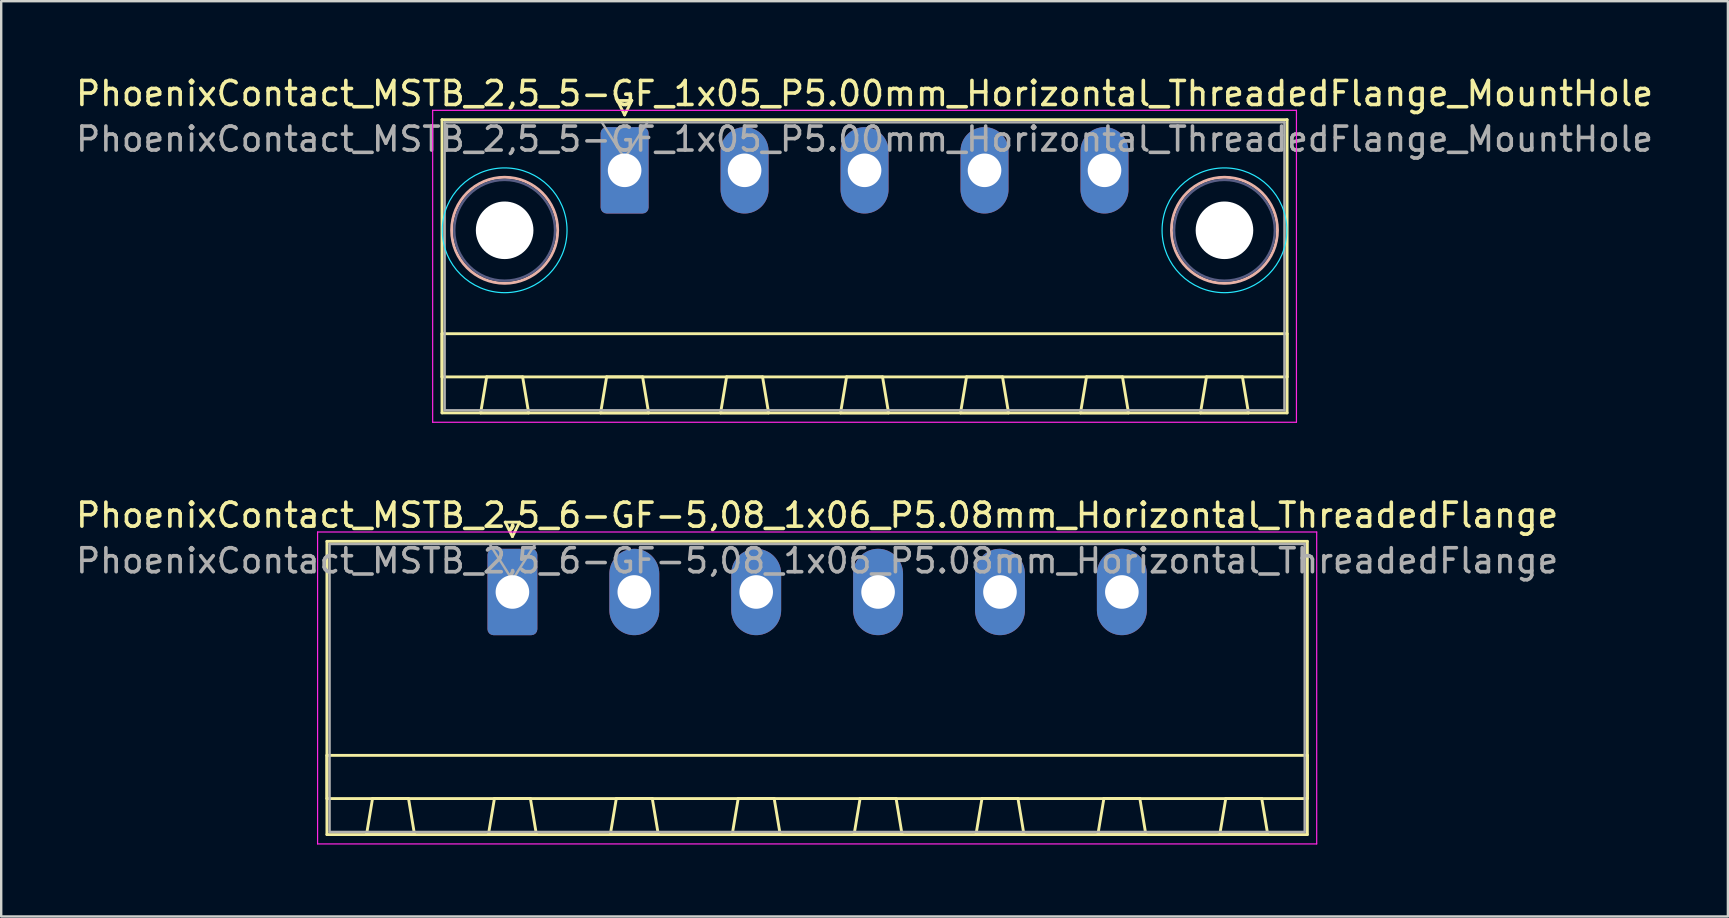
<source format=kicad_pcb>
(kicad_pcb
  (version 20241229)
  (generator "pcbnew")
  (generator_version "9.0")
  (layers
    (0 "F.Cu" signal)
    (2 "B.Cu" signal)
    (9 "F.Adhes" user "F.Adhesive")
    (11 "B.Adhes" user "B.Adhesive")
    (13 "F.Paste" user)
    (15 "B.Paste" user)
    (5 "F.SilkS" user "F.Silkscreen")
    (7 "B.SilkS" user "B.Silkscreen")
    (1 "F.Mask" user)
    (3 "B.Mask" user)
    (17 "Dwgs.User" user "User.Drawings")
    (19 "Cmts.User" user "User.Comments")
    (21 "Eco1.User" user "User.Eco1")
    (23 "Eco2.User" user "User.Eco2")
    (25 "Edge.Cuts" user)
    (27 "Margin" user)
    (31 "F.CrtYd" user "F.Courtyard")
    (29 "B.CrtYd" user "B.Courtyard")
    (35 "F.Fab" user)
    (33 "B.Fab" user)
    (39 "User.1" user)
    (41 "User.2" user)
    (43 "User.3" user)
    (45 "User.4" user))
  (footprint "PhoenixContact_MSTB_2,5_5-GF_1x05_P5.00mm_Horizontal_ThreadedFlange_MountHole"
    (layer "F.Cu")
    (at 22.982 4.048)
    (property "Reference" "PhoenixContact_MSTB_2,5_5-GF_1x05_P5.00mm_Horizontal_ThreadedFlange_MountHole" (at 10 -3.2 0) (layer "F.SilkS") (effects (font (size 1 1) (thickness 0.15))))
    (attr through_hole)
    (fp_line (start -7.61 -2.11) (end -7.61 10.11) (stroke (width 0.12) (type solid)) (layer "F.SilkS"))
    (fp_line (start -7.61 6.81) (end 27.61 6.81) (stroke (width 0.12) (type solid)) (layer "F.SilkS"))
    (fp_line (start -7.61 8.61) (end -7.61 6.81) (stroke (width 0.12) (type solid)) (layer "F.SilkS"))
    (fp_line (start -7.61 10.11) (end 27.61 10.11) (stroke (width 0.12) (type solid)) (layer "F.SilkS"))
    (fp_line (start -6 10.11) (end -4 10.11) (stroke (width 0.12) (type solid)) (layer "F.SilkS"))
    (fp_line (start -5.75 8.61) (end -6 10.11) (stroke (width 0.12) (type solid)) (layer "F.SilkS"))
    (fp_line (start -4.25 8.61) (end -5.75 8.61) (stroke (width 0.12) (type solid)) (layer "F.SilkS"))
    (fp_line (start -4 10.11) (end -4.25 8.61) (stroke (width 0.12) (type solid)) (layer "F.SilkS"))
    (fp_line (start -1 10.11) (end 1 10.11) (stroke (width 0.12) (type solid)) (layer "F.SilkS"))
    (fp_line (start -0.75 8.61) (end -1 10.11) (stroke (width 0.12) (type solid)) (layer "F.SilkS"))
    (fp_line (start -0.3 -2.91) (end 0.3 -2.91) (stroke (width 0.12) (type solid)) (layer "F.SilkS"))
    (fp_line (start 0 -2.31) (end -0.3 -2.91) (stroke (width 0.12) (type solid)) (layer "F.SilkS"))
    (fp_line (start 0.3 -2.91) (end 0 -2.31) (stroke (width 0.12) (type solid)) (layer "F.SilkS"))
    (fp_line (start 0.75 8.61) (end -0.75 8.61) (stroke (width 0.12) (type solid)) (layer "F.SilkS"))
    (fp_line (start 1 10.11) (end 0.75 8.61) (stroke (width 0.12) (type solid)) (layer "F.SilkS"))
    (fp_line (start 4 10.11) (end 6 10.11) (stroke (width 0.12) (type solid)) (layer "F.SilkS"))
    (fp_line (start 4.25 8.61) (end 4 10.11) (stroke (width 0.12) (type solid)) (layer "F.SilkS"))
    (fp_line (start 5.75 8.61) (end 4.25 8.61) (stroke (width 0.12) (type solid)) (layer "F.SilkS"))
    (fp_line (start 6 10.11) (end 5.75 8.61) (stroke (width 0.12) (type solid)) (layer "F.SilkS"))
    (fp_line (start 9 10.11) (end 11 10.11) (stroke (width 0.12) (type solid)) (layer "F.SilkS"))
    (fp_line (start 9.25 8.61) (end 9 10.11) (stroke (width 0.12) (type solid)) (layer "F.SilkS"))
    (fp_line (start 10.75 8.61) (end 9.25 8.61) (stroke (width 0.12) (type solid)) (layer "F.SilkS"))
    (fp_line (start 11 10.11) (end 10.75 8.61) (stroke (width 0.12) (type solid)) (layer "F.SilkS"))
    (fp_line (start 14 10.11) (end 16 10.11) (stroke (width 0.12) (type solid)) (layer "F.SilkS"))
    (fp_line (start 14.25 8.61) (end 14 10.11) (stroke (width 0.12) (type solid)) (layer "F.SilkS"))
    (fp_line (start 15.75 8.61) (end 14.25 8.61) (stroke (width 0.12) (type solid)) (layer "F.SilkS"))
    (fp_line (start 16 10.11) (end 15.75 8.61) (stroke (width 0.12) (type solid)) (layer "F.SilkS"))
    (fp_line (start 19 10.11) (end 21 10.11) (stroke (width 0.12) (type solid)) (layer "F.SilkS"))
    (fp_line (start 19.25 8.61) (end 19 10.11) (stroke (width 0.12) (type solid)) (layer "F.SilkS"))
    (fp_line (start 20.75 8.61) (end 19.25 8.61) (stroke (width 0.12) (type solid)) (layer "F.SilkS"))
    (fp_line (start 21 10.11) (end 20.75 8.61) (stroke (width 0.12) (type solid)) (layer "F.SilkS"))
    (fp_line (start 24 10.11) (end 26 10.11) (stroke (width 0.12) (type solid)) (layer "F.SilkS"))
    (fp_line (start 24.25 8.61) (end 24 10.11) (stroke (width 0.12) (type solid)) (layer "F.SilkS"))
    (fp_line (start 25.75 8.61) (end 24.25 8.61) (stroke (width 0.12) (type solid)) (layer "F.SilkS"))
    (fp_line (start 26 10.11) (end 25.75 8.61) (stroke (width 0.12) (type solid)) (layer "F.SilkS"))
    (fp_line (start 27.61 -2.11) (end -7.61 -2.11) (stroke (width 0.12) (type solid)) (layer "F.SilkS"))
    (fp_line (start 27.61 6.81) (end 27.61 8.61) (stroke (width 0.12) (type solid)) (layer "F.SilkS"))
    (fp_line (start 27.61 8.61) (end -7.61 8.61) (stroke (width 0.12) (type solid)) (layer "F.SilkS"))
    (fp_line (start 27.61 10.11) (end 27.61 -2.11) (stroke (width 0.12) (type solid)) (layer "F.SilkS"))
    (fp_circle (center -5 2.5) (end -2.79 2.5) (stroke (width 0.12) (type solid)) (fill no) (layer "B.SilkS"))
    (fp_circle (center 25 2.5) (end 27.21 2.5) (stroke (width 0.12) (type solid)) (fill no) (layer "B.SilkS"))
    (fp_circle (center -5 2.5) (end -2.4 2.5) (stroke (width 0.05) (type solid)) (fill no) (layer "B.CrtYd"))
    (fp_circle (center 25 2.5) (end 27.6 2.5) (stroke (width 0.05) (type solid)) (fill no) (layer "B.CrtYd"))
    (fp_line (start -8 -2.5) (end -8 10.5) (stroke (width 0.05) (type solid)) (layer "F.CrtYd"))
    (fp_line (start -8 10.5) (end 28 10.5) (stroke (width 0.05) (type solid)) (layer "F.CrtYd"))
    (fp_line (start 28 -2.5) (end -8 -2.5) (stroke (width 0.05) (type solid)) (layer "F.CrtYd"))
    (fp_line (start 28 10.5) (end 28 -2.5) (stroke (width 0.05) (type solid)) (layer "F.CrtYd"))
    (fp_circle (center -5 2.5) (end -2.9 2.5) (stroke (width 0.1) (type solid)) (fill no) (layer "B.Fab"))
    (fp_circle (center 25 2.5) (end 27.1 2.5) (stroke (width 0.1) (type solid)) (fill no) (layer "B.Fab"))
    (fp_line (start -7.5 -2) (end -7.5 10) (stroke (width 0.1) (type solid)) (layer "F.Fab"))
    (fp_line (start -7.5 10) (end 27.5 10) (stroke (width 0.1) (type solid)) (layer "F.Fab"))
    (fp_line (start 0 -0.5) (end -0.95 -2) (stroke (width 0.1) (type solid)) (layer "F.Fab"))
    (fp_line (start 0.95 -2) (end 0 -0.5) (stroke (width 0.1) (type solid)) (layer "F.Fab"))
    (fp_line (start 27.5 -2) (end -7.5 -2) (stroke (width 0.1) (type solid)) (layer "F.Fab"))
    (fp_line (start 27.5 10) (end 27.5 -2) (stroke (width 0.1) (type solid)) (layer "F.Fab"))
    (fp_text user "${REFERENCE}" (at 10 -1.3 0) (layer "F.Fab") (effects (font (size 1 1) (thickness 0.15))))
    (pad "" np_thru_hole circle (at -5 2.5) (size 2.4 2.4) (drill 2.4) (layers "*.Cu" "*.Mask"))
    (pad "" np_thru_hole circle (at 25 2.5) (size 2.4 2.4) (drill 2.4) (layers "*.Cu" "*.Mask"))
    (pad "1" thru_hole roundrect (at 0 0) (size 2 3.6) (drill 1.4) (layers "*.Cu" "*.Mask") (roundrect_rratio 0.125))
    (pad "2" thru_hole oval (at 5 0) (size 2 3.6) (drill 1.4) (layers "*.Cu" "*.Mask"))
    (pad "3" thru_hole oval (at 10 0) (size 2 3.6) (drill 1.4) (layers "*.Cu" "*.Mask"))
    (pad "4" thru_hole oval (at 15 0) (size 2 3.6) (drill 1.4) (layers "*.Cu" "*.Mask"))
    (pad "5" thru_hole oval (at 20 0) (size 2 3.6) (drill 1.4) (layers "*.Cu" "*.Mask")))
  (footprint "PhoenixContact_MSTB_2,5_6-GF-5,08_1x06_P5.08mm_Horizontal_ThreadedFlange"
    (layer "F.Cu")
    (at 18.306 21.622)
    (property "Reference" "PhoenixContact_MSTB_2,5_6-GF-5,08_1x06_P5.08mm_Horizontal_ThreadedFlange" (at 12.7 -3.2 0) (layer "F.SilkS") (effects (font (size 1 1) (thickness 0.15))))
    (attr through_hole)
    (fp_line (start -7.73 -2.11) (end -7.73 10.11) (stroke (width 0.12) (type solid)) (layer "F.SilkS"))
    (fp_line (start -7.73 6.81) (end 33.13 6.81) (stroke (width 0.12) (type solid)) (layer "F.SilkS"))
    (fp_line (start -7.73 8.61) (end -7.73 6.81) (stroke (width 0.12) (type solid)) (layer "F.SilkS"))
    (fp_line (start -7.73 10.11) (end 33.13 10.11) (stroke (width 0.12) (type solid)) (layer "F.SilkS"))
    (fp_line (start -6.08 10.11) (end -4.08 10.11) (stroke (width 0.12) (type solid)) (layer "F.SilkS"))
    (fp_line (start -5.83 8.61) (end -6.08 10.11) (stroke (width 0.12) (type solid)) (layer "F.SilkS"))
    (fp_line (start -4.33 8.61) (end -5.83 8.61) (stroke (width 0.12) (type solid)) (layer "F.SilkS"))
    (fp_line (start -4.08 10.11) (end -4.33 8.61) (stroke (width 0.12) (type solid)) (layer "F.SilkS"))
    (fp_line (start -1 10.11) (end 1 10.11) (stroke (width 0.12) (type solid)) (layer "F.SilkS"))
    (fp_line (start -0.75 8.61) (end -1 10.11) (stroke (width 0.12) (type solid)) (layer "F.SilkS"))
    (fp_line (start -0.3 -2.91) (end 0.3 -2.91) (stroke (width 0.12) (type solid)) (layer "F.SilkS"))
    (fp_line (start 0 -2.31) (end -0.3 -2.91) (stroke (width 0.12) (type solid)) (layer "F.SilkS"))
    (fp_line (start 0.3 -2.91) (end 0 -2.31) (stroke (width 0.12) (type solid)) (layer "F.SilkS"))
    (fp_line (start 0.75 8.61) (end -0.75 8.61) (stroke (width 0.12) (type solid)) (layer "F.SilkS"))
    (fp_line (start 1 10.11) (end 0.75 8.61) (stroke (width 0.12) (type solid)) (layer "F.SilkS"))
    (fp_line (start 4.08 10.11) (end 6.08 10.11) (stroke (width 0.12) (type solid)) (layer "F.SilkS"))
    (fp_line (start 4.33 8.61) (end 4.08 10.11) (stroke (width 0.12) (type solid)) (layer "F.SilkS"))
    (fp_line (start 5.83 8.61) (end 4.33 8.61) (stroke (width 0.12) (type solid)) (layer "F.SilkS"))
    (fp_line (start 6.08 10.11) (end 5.83 8.61) (stroke (width 0.12) (type solid)) (layer "F.SilkS"))
    (fp_line (start 9.16 10.11) (end 11.16 10.11) (stroke (width 0.12) (type solid)) (layer "F.SilkS"))
    (fp_line (start 9.41 8.61) (end 9.16 10.11) (stroke (width 0.12) (type solid)) (layer "F.SilkS"))
    (fp_line (start 10.91 8.61) (end 9.41 8.61) (stroke (width 0.12) (type solid)) (layer "F.SilkS"))
    (fp_line (start 11.16 10.11) (end 10.91 8.61) (stroke (width 0.12) (type solid)) (layer "F.SilkS"))
    (fp_line (start 14.24 10.11) (end 16.24 10.11) (stroke (width 0.12) (type solid)) (layer "F.SilkS"))
    (fp_line (start 14.49 8.61) (end 14.24 10.11) (stroke (width 0.12) (type solid)) (layer "F.SilkS"))
    (fp_line (start 15.99 8.61) (end 14.49 8.61) (stroke (width 0.12) (type solid)) (layer "F.SilkS"))
    (fp_line (start 16.24 10.11) (end 15.99 8.61) (stroke (width 0.12) (type solid)) (layer "F.SilkS"))
    (fp_line (start 19.32 10.11) (end 21.32 10.11) (stroke (width 0.12) (type solid)) (layer "F.SilkS"))
    (fp_line (start 19.57 8.61) (end 19.32 10.11) (stroke (width 0.12) (type solid)) (layer "F.SilkS"))
    (fp_line (start 21.07 8.61) (end 19.57 8.61) (stroke (width 0.12) (type solid)) (layer "F.SilkS"))
    (fp_line (start 21.32 10.11) (end 21.07 8.61) (stroke (width 0.12) (type solid)) (layer "F.SilkS"))
    (fp_line (start 24.4 10.11) (end 26.4 10.11) (stroke (width 0.12) (type solid)) (layer "F.SilkS"))
    (fp_line (start 24.65 8.61) (end 24.4 10.11) (stroke (width 0.12) (type solid)) (layer "F.SilkS"))
    (fp_line (start 26.15 8.61) (end 24.65 8.61) (stroke (width 0.12) (type solid)) (layer "F.SilkS"))
    (fp_line (start 26.4 10.11) (end 26.15 8.61) (stroke (width 0.12) (type solid)) (layer "F.SilkS"))
    (fp_line (start 29.48 10.11) (end 31.48 10.11) (stroke (width 0.12) (type solid)) (layer "F.SilkS"))
    (fp_line (start 29.73 8.61) (end 29.48 10.11) (stroke (width 0.12) (type solid)) (layer "F.SilkS"))
    (fp_line (start 31.23 8.61) (end 29.73 8.61) (stroke (width 0.12) (type solid)) (layer "F.SilkS"))
    (fp_line (start 31.48 10.11) (end 31.23 8.61) (stroke (width 0.12) (type solid)) (layer "F.SilkS"))
    (fp_line (start 33.13 -2.11) (end -7.73 -2.11) (stroke (width 0.12) (type solid)) (layer "F.SilkS"))
    (fp_line (start 33.13 6.81) (end 33.13 8.61) (stroke (width 0.12) (type solid)) (layer "F.SilkS"))
    (fp_line (start 33.13 8.61) (end -7.73 8.61) (stroke (width 0.12) (type solid)) (layer "F.SilkS"))
    (fp_line (start 33.13 10.11) (end 33.13 -2.11) (stroke (width 0.12) (type solid)) (layer "F.SilkS"))
    (fp_line (start -8.12 -2.5) (end -8.12 10.5) (stroke (width 0.05) (type solid)) (layer "F.CrtYd"))
    (fp_line (start -8.12 10.5) (end 33.52 10.5) (stroke (width 0.05) (type solid)) (layer "F.CrtYd"))
    (fp_line (start 33.52 -2.5) (end -8.12 -2.5) (stroke (width 0.05) (type solid)) (layer "F.CrtYd"))
    (fp_line (start 33.52 10.5) (end 33.52 -2.5) (stroke (width 0.05) (type solid)) (layer "F.CrtYd"))
    (fp_line (start -7.62 -2) (end -7.62 10) (stroke (width 0.1) (type solid)) (layer "F.Fab"))
    (fp_line (start -7.62 10) (end 33.02 10) (stroke (width 0.1) (type solid)) (layer "F.Fab"))
    (fp_line (start 0 -0.5) (end -0.95 -2) (stroke (width 0.1) (type solid)) (layer "F.Fab"))
    (fp_line (start 0.95 -2) (end 0 -0.5) (stroke (width 0.1) (type solid)) (layer "F.Fab"))
    (fp_line (start 33.02 -2) (end -7.62 -2) (stroke (width 0.1) (type solid)) (layer "F.Fab"))
    (fp_line (start 33.02 10) (end 33.02 -2) (stroke (width 0.1) (type solid)) (layer "F.Fab"))
    (fp_text user "${REFERENCE}" (at 12.7 -1.3 0) (layer "F.Fab") (effects (font (size 1 1) (thickness 0.15))))
    (pad "1" thru_hole roundrect (at 0 0) (size 2.08 3.6) (drill 1.4) (layers "*.Cu" "*.Mask") (roundrect_rratio 0.12))
    (pad "2" thru_hole oval (at 5.08 0) (size 2.08 3.6) (drill 1.4) (layers "*.Cu" "*.Mask"))
    (pad "3" thru_hole oval (at 10.16 0) (size 2.08 3.6) (drill 1.4) (layers "*.Cu" "*.Mask"))
    (pad "4" thru_hole oval (at 15.24 0) (size 2.08 3.6) (drill 1.4) (layers "*.Cu" "*.Mask"))
    (pad "5" thru_hole oval (at 20.32 0) (size 2.08 3.6) (drill 1.4) (layers "*.Cu" "*.Mask"))
    (pad "6" thru_hole oval (at 25.4 0) (size 2.08 3.6) (drill 1.4) (layers "*.Cu" "*.Mask")))
  (gr_rect
    (start -3 -3)
    (end 68.964 35.147)
    (stroke (width 0.1) (type default))
    (fill no)
    (layer "Edge.Cuts")))
</source>
